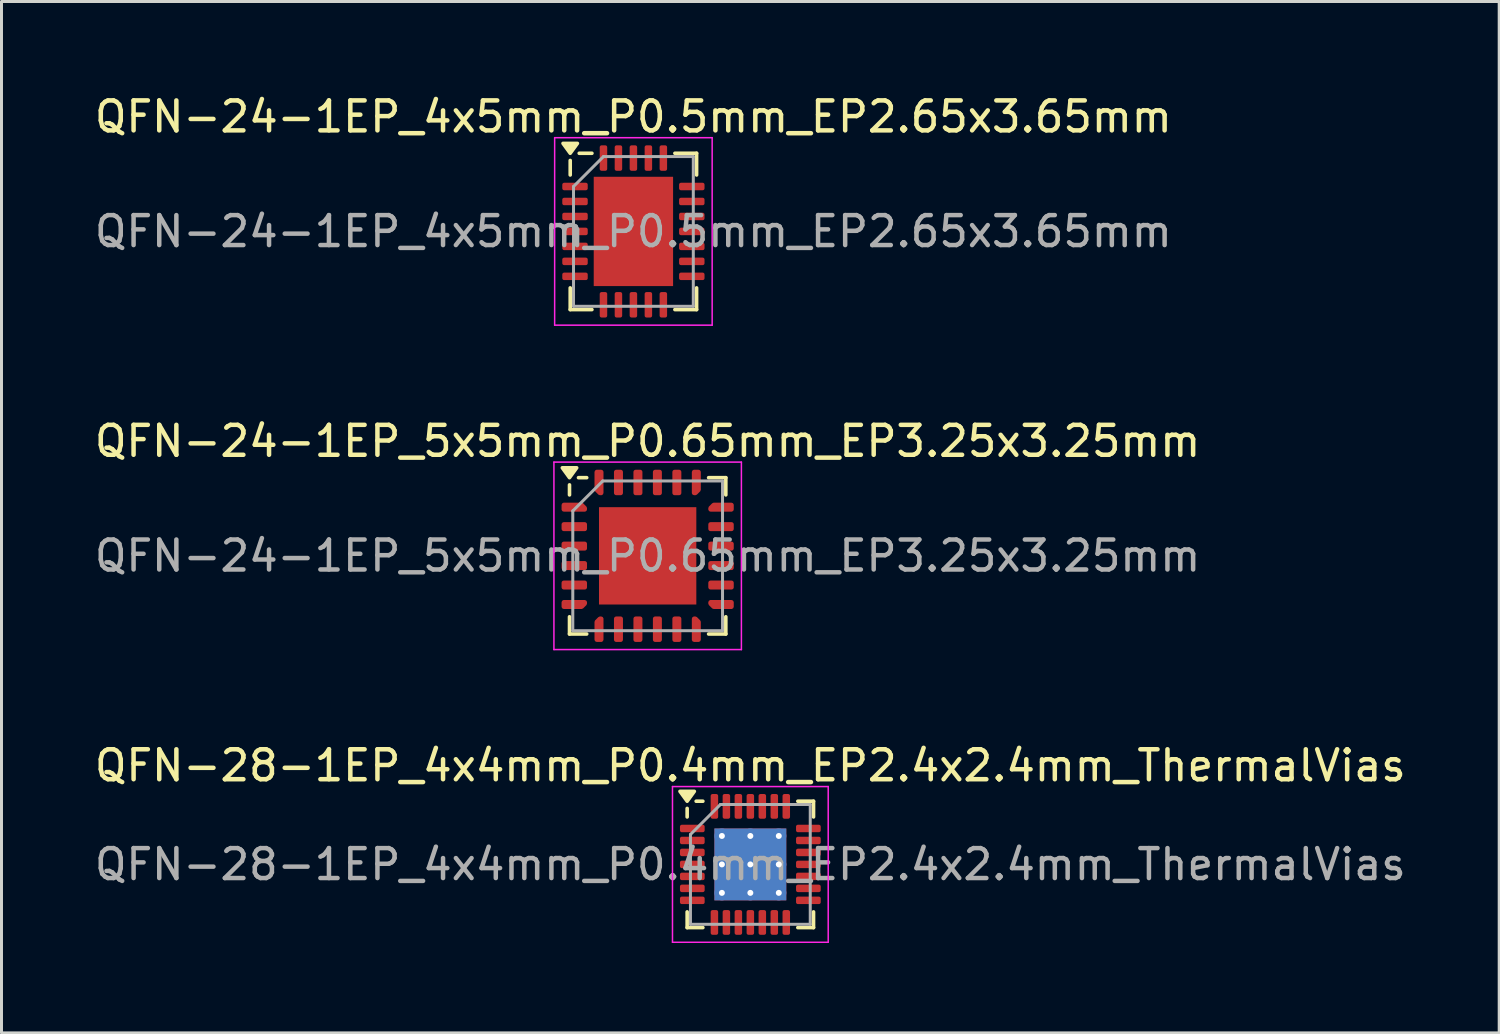
<source format=kicad_pcb>
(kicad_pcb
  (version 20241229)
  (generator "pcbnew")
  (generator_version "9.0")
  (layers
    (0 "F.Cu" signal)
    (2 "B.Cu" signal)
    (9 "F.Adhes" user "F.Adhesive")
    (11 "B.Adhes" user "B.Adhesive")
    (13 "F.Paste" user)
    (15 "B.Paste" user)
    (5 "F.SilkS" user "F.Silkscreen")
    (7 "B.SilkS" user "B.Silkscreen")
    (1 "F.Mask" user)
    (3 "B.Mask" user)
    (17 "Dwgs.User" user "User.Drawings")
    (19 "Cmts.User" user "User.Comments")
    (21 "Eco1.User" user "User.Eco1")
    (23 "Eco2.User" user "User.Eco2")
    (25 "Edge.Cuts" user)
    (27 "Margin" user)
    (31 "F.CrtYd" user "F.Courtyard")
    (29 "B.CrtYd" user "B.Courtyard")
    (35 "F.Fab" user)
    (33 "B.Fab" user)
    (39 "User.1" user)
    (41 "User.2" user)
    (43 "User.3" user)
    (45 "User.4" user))
  (footprint "QFN-24-1EP_4x5mm_P0.5mm_EP2.65x3.65mm"
    (layer "F.Cu")
    (at 18.101 4.678)
    (property "Reference" "QFN-24-1EP_4x5mm_P0.5mm_EP2.65x3.65mm" (at 0 -3.83 0) (layer "F.SilkS") (effects (font (size 1 1) (thickness 0.15))))
    (attr smd)
    (fp_line (start -2.11 -1.885) (end -2.11 -2.37) (stroke (width 0.12) (type solid)) (layer "F.SilkS"))
    (fp_line (start -2.11 2.61) (end -2.11 1.885) (stroke (width 0.12) (type solid)) (layer "F.SilkS"))
    (fp_line (start -1.385 -2.61) (end -1.81 -2.61) (stroke (width 0.12) (type solid)) (layer "F.SilkS"))
    (fp_line (start -1.385 2.61) (end -2.11 2.61) (stroke (width 0.12) (type solid)) (layer "F.SilkS"))
    (fp_line (start 1.385 -2.61) (end 2.11 -2.61) (stroke (width 0.12) (type solid)) (layer "F.SilkS"))
    (fp_line (start 1.385 2.61) (end 2.11 2.61) (stroke (width 0.12) (type solid)) (layer "F.SilkS"))
    (fp_line (start 2.11 -2.61) (end 2.11 -1.885) (stroke (width 0.12) (type solid)) (layer "F.SilkS"))
    (fp_line (start 2.11 2.61) (end 2.11 1.885) (stroke (width 0.12) (type solid)) (layer "F.SilkS"))
    (fp_poly (pts (xy -2.11 -2.61) (xy -2.35 -2.94) (xy -1.87 -2.94) (xy -2.11 -2.61)) (stroke (width 0.12) (type solid)) (fill yes) (layer "F.SilkS"))
    (fp_line (start -2.63 -3.13) (end -2.63 3.13) (stroke (width 0.05) (type solid)) (layer "F.CrtYd"))
    (fp_line (start -2.63 3.13) (end 2.63 3.13) (stroke (width 0.05) (type solid)) (layer "F.CrtYd"))
    (fp_line (start 2.63 -3.13) (end -2.63 -3.13) (stroke (width 0.05) (type solid)) (layer "F.CrtYd"))
    (fp_line (start 2.63 3.13) (end 2.63 -3.13) (stroke (width 0.05) (type solid)) (layer "F.CrtYd"))
    (fp_line (start -2 -1.5) (end -1 -2.5) (stroke (width 0.1) (type solid)) (layer "F.Fab"))
    (fp_line (start -2 2.5) (end -2 -1.5) (stroke (width 0.1) (type solid)) (layer "F.Fab"))
    (fp_line (start -1 -2.5) (end 2 -2.5) (stroke (width 0.1) (type solid)) (layer "F.Fab"))
    (fp_line (start 2 -2.5) (end 2 2.5) (stroke (width 0.1) (type solid)) (layer "F.Fab"))
    (fp_line (start 2 2.5) (end -2 2.5) (stroke (width 0.1) (type solid)) (layer "F.Fab"))
    (fp_text user "${REFERENCE}" (at 0 0 0) (layer "F.Fab") (effects (font (size 1 1) (thickness 0.15))))
    (pad "" smd roundrect (at -0.66 -1.22) (size 1.07 0.98) (layers "F.Paste") (roundrect_rratio 0.25))
    (pad "" smd roundrect (at -0.66 0) (size 1.07 0.98) (layers "F.Paste") (roundrect_rratio 0.25))
    (pad "" smd roundrect (at -0.66 1.22) (size 1.07 0.98) (layers "F.Paste") (roundrect_rratio 0.25))
    (pad "" smd roundrect (at 0.66 -1.22) (size 1.07 0.98) (layers "F.Paste") (roundrect_rratio 0.25))
    (pad "" smd roundrect (at 0.66 0) (size 1.07 0.98) (layers "F.Paste") (roundrect_rratio 0.25))
    (pad "" smd roundrect (at 0.66 1.22) (size 1.07 0.98) (layers "F.Paste") (roundrect_rratio 0.25))
    (pad "1" smd roundrect (at -1.95 -1.5) (size 0.85 0.25) (layers "F.Cu" "F.Mask" "F.Paste") (roundrect_rratio 0.25))
    (pad "2" smd roundrect (at -1.95 -1) (size 0.85 0.25) (layers "F.Cu" "F.Mask" "F.Paste") (roundrect_rratio 0.25))
    (pad "3" smd roundrect (at -1.95 -0.5) (size 0.85 0.25) (layers "F.Cu" "F.Mask" "F.Paste") (roundrect_rratio 0.25))
    (pad "4" smd roundrect (at -1.95 0) (size 0.85 0.25) (layers "F.Cu" "F.Mask" "F.Paste") (roundrect_rratio 0.25))
    (pad "5" smd roundrect (at -1.95 0.5) (size 0.85 0.25) (layers "F.Cu" "F.Mask" "F.Paste") (roundrect_rratio 0.25))
    (pad "6" smd roundrect (at -1.95 1) (size 0.85 0.25) (layers "F.Cu" "F.Mask" "F.Paste") (roundrect_rratio 0.25))
    (pad "7" smd roundrect (at -1.95 1.5) (size 0.85 0.25) (layers "F.Cu" "F.Mask" "F.Paste") (roundrect_rratio 0.25))
    (pad "8" smd roundrect (at -1 2.45) (size 0.25 0.85) (layers "F.Cu" "F.Mask" "F.Paste") (roundrect_rratio 0.25))
    (pad "9" smd roundrect (at -0.5 2.45) (size 0.25 0.85) (layers "F.Cu" "F.Mask" "F.Paste") (roundrect_rratio 0.25))
    (pad "10" smd roundrect (at 0 2.45) (size 0.25 0.85) (layers "F.Cu" "F.Mask" "F.Paste") (roundrect_rratio 0.25))
    (pad "11" smd roundrect (at 0.5 2.45) (size 0.25 0.85) (layers "F.Cu" "F.Mask" "F.Paste") (roundrect_rratio 0.25))
    (pad "12" smd roundrect (at 1 2.45) (size 0.25 0.85) (layers "F.Cu" "F.Mask" "F.Paste") (roundrect_rratio 0.25))
    (pad "13" smd roundrect (at 1.95 1.5) (size 0.85 0.25) (layers "F.Cu" "F.Mask" "F.Paste") (roundrect_rratio 0.25))
    (pad "14" smd roundrect (at 1.95 1) (size 0.85 0.25) (layers "F.Cu" "F.Mask" "F.Paste") (roundrect_rratio 0.25))
    (pad "15" smd roundrect (at 1.95 0.5) (size 0.85 0.25) (layers "F.Cu" "F.Mask" "F.Paste") (roundrect_rratio 0.25))
    (pad "16" smd roundrect (at 1.95 0) (size 0.85 0.25) (layers "F.Cu" "F.Mask" "F.Paste") (roundrect_rratio 0.25))
    (pad "17" smd roundrect (at 1.95 -0.5) (size 0.85 0.25) (layers "F.Cu" "F.Mask" "F.Paste") (roundrect_rratio 0.25))
    (pad "18" smd roundrect (at 1.95 -1) (size 0.85 0.25) (layers "F.Cu" "F.Mask" "F.Paste") (roundrect_rratio 0.25))
    (pad "19" smd roundrect (at 1.95 -1.5) (size 0.85 0.25) (layers "F.Cu" "F.Mask" "F.Paste") (roundrect_rratio 0.25))
    (pad "20" smd roundrect (at 1 -2.45) (size 0.25 0.85) (layers "F.Cu" "F.Mask" "F.Paste") (roundrect_rratio 0.25))
    (pad "21" smd roundrect (at 0.5 -2.45) (size 0.25 0.85) (layers "F.Cu" "F.Mask" "F.Paste") (roundrect_rratio 0.25))
    (pad "22" smd roundrect (at 0 -2.45) (size 0.25 0.85) (layers "F.Cu" "F.Mask" "F.Paste") (roundrect_rratio 0.25))
    (pad "23" smd roundrect (at -0.5 -2.45) (size 0.25 0.85) (layers "F.Cu" "F.Mask" "F.Paste") (roundrect_rratio 0.25))
    (pad "24" smd roundrect (at -1 -2.45) (size 0.25 0.85) (layers "F.Cu" "F.Mask" "F.Paste") (roundrect_rratio 0.25))
    (pad "25" smd rect (at 0 0) (size 2.65 3.65) (property pad_prop_heatsink) (layers "F.Cu" "F.Mask")))
  (footprint "QFN-28-1EP_4x4mm_P0.4mm_EP2.4x2.4mm_ThermalVias"
    (layer "F.Cu")
    (at 22.006 25.815)
    (property "Reference" "QFN-28-1EP_4x4mm_P0.4mm_EP2.4x2.4mm_ThermalVias" (at 0 -3.3 0) (layer "F.SilkS") (effects (font (size 1 1) (thickness 0.15))))
    (attr smd)
    (fp_line (start -2.11 -1.585) (end -2.11 -1.87) (stroke (width 0.12) (type solid)) (layer "F.SilkS"))
    (fp_line (start -2.11 2.11) (end -2.11 1.585) (stroke (width 0.12) (type solid)) (layer "F.SilkS"))
    (fp_line (start -1.585 -2.11) (end -1.81 -2.11) (stroke (width 0.12) (type solid)) (layer "F.SilkS"))
    (fp_line (start -1.585 2.11) (end -2.11 2.11) (stroke (width 0.12) (type solid)) (layer "F.SilkS"))
    (fp_line (start 1.585 -2.11) (end 2.11 -2.11) (stroke (width 0.12) (type solid)) (layer "F.SilkS"))
    (fp_line (start 1.585 2.11) (end 2.11 2.11) (stroke (width 0.12) (type solid)) (layer "F.SilkS"))
    (fp_line (start 2.11 -2.11) (end 2.11 -1.585) (stroke (width 0.12) (type solid)) (layer "F.SilkS"))
    (fp_line (start 2.11 2.11) (end 2.11 1.585) (stroke (width 0.12) (type solid)) (layer "F.SilkS"))
    (fp_poly (pts (xy -2.11 -2.11) (xy -2.35 -2.44) (xy -1.87 -2.44) (xy -2.11 -2.11)) (stroke (width 0.12) (type solid)) (fill yes) (layer "F.SilkS"))
    (fp_line (start -2.6 -2.6) (end -2.6 2.6) (stroke (width 0.05) (type solid)) (layer "F.CrtYd"))
    (fp_line (start -2.6 2.6) (end 2.6 2.6) (stroke (width 0.05) (type solid)) (layer "F.CrtYd"))
    (fp_line (start 2.6 -2.6) (end -2.6 -2.6) (stroke (width 0.05) (type solid)) (layer "F.CrtYd"))
    (fp_line (start 2.6 2.6) (end 2.6 -2.6) (stroke (width 0.05) (type solid)) (layer "F.CrtYd"))
    (fp_line (start -2 -1) (end -1 -2) (stroke (width 0.1) (type solid)) (layer "F.Fab"))
    (fp_line (start -2 2) (end -2 -1) (stroke (width 0.1) (type solid)) (layer "F.Fab"))
    (fp_line (start -1 -2) (end 2 -2) (stroke (width 0.1) (type solid)) (layer "F.Fab"))
    (fp_line (start 2 -2) (end 2 2) (stroke (width 0.1) (type solid)) (layer "F.Fab"))
    (fp_line (start 2 2) (end -2 2) (stroke (width 0.1) (type solid)) (layer "F.Fab"))
    (fp_text user "${REFERENCE}" (at 0 0 0) (layer "F.Fab") (effects (font (size 1 1) (thickness 0.15))))
    (pad "" smd roundrect (at -0.6 -0.6) (size 1.04 1.04) (layers "F.Paste") (roundrect_rratio 0.24))
    (pad "" smd roundrect (at -0.6 0.6) (size 1.04 1.04) (layers "F.Paste") (roundrect_rratio 0.24))
    (pad "" smd roundrect (at 0.6 -0.6) (size 1.04 1.04) (layers "F.Paste") (roundrect_rratio 0.24))
    (pad "" smd roundrect (at 0.6 0.6) (size 1.04 1.04) (layers "F.Paste") (roundrect_rratio 0.24))
    (pad "1" smd roundrect (at -1.938 -1.2) (size 0.825 0.25) (layers "F.Cu" "F.Mask" "F.Paste") (roundrect_rratio 0.25))
    (pad "2" smd roundrect (at -1.938 -0.8) (size 0.825 0.25) (layers "F.Cu" "F.Mask" "F.Paste") (roundrect_rratio 0.25))
    (pad "3" smd roundrect (at -1.938 -0.4) (size 0.825 0.25) (layers "F.Cu" "F.Mask" "F.Paste") (roundrect_rratio 0.25))
    (pad "4" smd roundrect (at -1.938 0) (size 0.825 0.25) (layers "F.Cu" "F.Mask" "F.Paste") (roundrect_rratio 0.25))
    (pad "5" smd roundrect (at -1.938 0.4) (size 0.825 0.25) (layers "F.Cu" "F.Mask" "F.Paste") (roundrect_rratio 0.25))
    (pad "6" smd roundrect (at -1.938 0.8) (size 0.825 0.25) (layers "F.Cu" "F.Mask" "F.Paste") (roundrect_rratio 0.25))
    (pad "7" smd roundrect (at -1.938 1.2) (size 0.825 0.25) (layers "F.Cu" "F.Mask" "F.Paste") (roundrect_rratio 0.25))
    (pad "8" smd roundrect (at -1.2 1.938) (size 0.25 0.825) (layers "F.Cu" "F.Mask" "F.Paste") (roundrect_rratio 0.25))
    (pad "9" smd roundrect (at -0.8 1.938) (size 0.25 0.825) (layers "F.Cu" "F.Mask" "F.Paste") (roundrect_rratio 0.25))
    (pad "10" smd roundrect (at -0.4 1.938) (size 0.25 0.825) (layers "F.Cu" "F.Mask" "F.Paste") (roundrect_rratio 0.25))
    (pad "11" smd roundrect (at 0 1.938) (size 0.25 0.825) (layers "F.Cu" "F.Mask" "F.Paste") (roundrect_rratio 0.25))
    (pad "12" smd roundrect (at 0.4 1.938) (size 0.25 0.825) (layers "F.Cu" "F.Mask" "F.Paste") (roundrect_rratio 0.25))
    (pad "13" smd roundrect (at 0.8 1.938) (size 0.25 0.825) (layers "F.Cu" "F.Mask" "F.Paste") (roundrect_rratio 0.25))
    (pad "14" smd roundrect (at 1.2 1.938) (size 0.25 0.825) (layers "F.Cu" "F.Mask" "F.Paste") (roundrect_rratio 0.25))
    (pad "15" smd roundrect (at 1.938 1.2) (size 0.825 0.25) (layers "F.Cu" "F.Mask" "F.Paste") (roundrect_rratio 0.25))
    (pad "16" smd roundrect (at 1.938 0.8) (size 0.825 0.25) (layers "F.Cu" "F.Mask" "F.Paste") (roundrect_rratio 0.25))
    (pad "17" smd roundrect (at 1.938 0.4) (size 0.825 0.25) (layers "F.Cu" "F.Mask" "F.Paste") (roundrect_rratio 0.25))
    (pad "18" smd roundrect (at 1.938 0) (size 0.825 0.25) (layers "F.Cu" "F.Mask" "F.Paste") (roundrect_rratio 0.25))
    (pad "19" smd roundrect (at 1.938 -0.4) (size 0.825 0.25) (layers "F.Cu" "F.Mask" "F.Paste") (roundrect_rratio 0.25))
    (pad "20" smd roundrect (at 1.938 -0.8) (size 0.825 0.25) (layers "F.Cu" "F.Mask" "F.Paste") (roundrect_rratio 0.25))
    (pad "21" smd roundrect (at 1.938 -1.2) (size 0.825 0.25) (layers "F.Cu" "F.Mask" "F.Paste") (roundrect_rratio 0.25))
    (pad "22" smd roundrect (at 1.2 -1.938) (size 0.25 0.825) (layers "F.Cu" "F.Mask" "F.Paste") (roundrect_rratio 0.25))
    (pad "23" smd roundrect (at 0.8 -1.938) (size 0.25 0.825) (layers "F.Cu" "F.Mask" "F.Paste") (roundrect_rratio 0.25))
    (pad "24" smd roundrect (at 0.4 -1.938) (size 0.25 0.825) (layers "F.Cu" "F.Mask" "F.Paste") (roundrect_rratio 0.25))
    (pad "25" smd roundrect (at 0 -1.938) (size 0.25 0.825) (layers "F.Cu" "F.Mask" "F.Paste") (roundrect_rratio 0.25))
    (pad "26" smd roundrect (at -0.4 -1.938) (size 0.25 0.825) (layers "F.Cu" "F.Mask" "F.Paste") (roundrect_rratio 0.25))
    (pad "27" smd roundrect (at -0.8 -1.938) (size 0.25 0.825) (layers "F.Cu" "F.Mask" "F.Paste") (roundrect_rratio 0.25))
    (pad "28" smd roundrect (at -1.2 -1.938) (size 0.25 0.825) (layers "F.Cu" "F.Mask" "F.Paste") (roundrect_rratio 0.25))
    (pad "29" thru_hole circle (at -0.95 -0.95) (size 0.5 0.5) (drill 0.2) (property pad_prop_heatsink) (layers "*.Cu"))
    (pad "29" thru_hole circle (at -0.95 0) (size 0.5 0.5) (drill 0.2) (property pad_prop_heatsink) (layers "*.Cu"))
    (pad "29" thru_hole circle (at -0.95 0.95) (size 0.5 0.5) (drill 0.2) (property pad_prop_heatsink) (layers "*.Cu"))
    (pad "29" thru_hole circle (at 0 -0.95) (size 0.5 0.5) (drill 0.2) (property pad_prop_heatsink) (layers "*.Cu"))
    (pad "29" thru_hole circle (at 0 0) (size 0.5 0.5) (drill 0.2) (property pad_prop_heatsink) (layers "*.Cu"))
    (pad "29" smd rect (at 0 0) (size 2.4 2.4) (property pad_prop_heatsink) (layers "F.Cu" "F.Mask"))
    (pad "29" smd rect (at 0 0) (size 2.4 2.4) (property pad_prop_heatsink) (layers "B.Cu"))
    (pad "29" thru_hole circle (at 0 0.95) (size 0.5 0.5) (drill 0.2) (property pad_prop_heatsink) (layers "*.Cu"))
    (pad "29" thru_hole circle (at 0.95 -0.95) (size 0.5 0.5) (drill 0.2) (property pad_prop_heatsink) (layers "*.Cu"))
    (pad "29" thru_hole circle (at 0.95 0) (size 0.5 0.5) (drill 0.2) (property pad_prop_heatsink) (layers "*.Cu"))
    (pad "29" thru_hole circle (at 0.95 0.95) (size 0.5 0.5) (drill 0.2) (property pad_prop_heatsink) (layers "*.Cu")))
  (footprint "QFN-24-1EP_5x5mm_P0.65mm_EP3.25x3.25mm"
    (layer "F.Cu")
    (at 18.577 15.511)
    (property "Reference" "QFN-24-1EP_5x5mm_P0.65mm_EP3.25x3.25mm" (at 0 -3.83 0) (layer "F.SilkS") (effects (font (size 1 1) (thickness 0.15))))
    (attr smd)
    (fp_line (start -2.61 -2.035) (end -2.61 -2.37) (stroke (width 0.12) (type solid)) (layer "F.SilkS"))
    (fp_line (start -2.61 2.61) (end -2.61 2.035) (stroke (width 0.12) (type solid)) (layer "F.SilkS"))
    (fp_line (start -2.035 -2.61) (end -2.31 -2.61) (stroke (width 0.12) (type solid)) (layer "F.SilkS"))
    (fp_line (start -2.035 2.61) (end -2.61 2.61) (stroke (width 0.12) (type solid)) (layer "F.SilkS"))
    (fp_line (start 2.035 -2.61) (end 2.61 -2.61) (stroke (width 0.12) (type solid)) (layer "F.SilkS"))
    (fp_line (start 2.035 2.61) (end 2.61 2.61) (stroke (width 0.12) (type solid)) (layer "F.SilkS"))
    (fp_line (start 2.61 -2.61) (end 2.61 -2.035) (stroke (width 0.12) (type solid)) (layer "F.SilkS"))
    (fp_line (start 2.61 2.61) (end 2.61 2.035) (stroke (width 0.12) (type solid)) (layer "F.SilkS"))
    (fp_poly (pts (xy -2.61 -2.61) (xy -2.85 -2.94) (xy -2.37 -2.94) (xy -2.61 -2.61)) (stroke (width 0.12) (type solid)) (fill yes) (layer "F.SilkS"))
    (fp_line (start -3.13 -3.13) (end -3.13 3.13) (stroke (width 0.05) (type solid)) (layer "F.CrtYd"))
    (fp_line (start -3.13 3.13) (end 3.13 3.13) (stroke (width 0.05) (type solid)) (layer "F.CrtYd"))
    (fp_line (start 3.13 -3.13) (end -3.13 -3.13) (stroke (width 0.05) (type solid)) (layer "F.CrtYd"))
    (fp_line (start 3.13 3.13) (end 3.13 -3.13) (stroke (width 0.05) (type solid)) (layer "F.CrtYd"))
    (fp_line (start -2.5 -1.5) (end -1.5 -2.5) (stroke (width 0.1) (type solid)) (layer "F.Fab"))
    (fp_line (start -2.5 2.5) (end -2.5 -1.5) (stroke (width 0.1) (type solid)) (layer "F.Fab"))
    (fp_line (start -1.5 -2.5) (end 2.5 -2.5) (stroke (width 0.1) (type solid)) (layer "F.Fab"))
    (fp_line (start 2.5 -2.5) (end 2.5 2.5) (stroke (width 0.1) (type solid)) (layer "F.Fab"))
    (fp_line (start 2.5 2.5) (end -2.5 2.5) (stroke (width 0.1) (type solid)) (layer "F.Fab"))
    (fp_text user "${REFERENCE}" (at 0 0 0) (layer "F.Fab") (effects (font (size 1 1) (thickness 0.15))))
    (pad "" smd roundrect (at -0.81 -0.81) (size 1.31 1.31) (layers "F.Paste") (roundrect_rratio 0.191))
    (pad "" smd roundrect (at -0.81 0.81) (size 1.31 1.31) (layers "F.Paste") (roundrect_rratio 0.191))
    (pad "" smd roundrect (at 0.81 -0.81) (size 1.31 1.31) (layers "F.Paste") (roundrect_rratio 0.191))
    (pad "" smd roundrect (at 0.81 0.81) (size 1.31 1.31) (layers "F.Paste") (roundrect_rratio 0.191))
    (pad "1" smd custom (at -2.45 -1.625) (size 0.194 0.194) (layers "F.Cu" "F.Mask" "F.Paste") (options (anchor circle)) (primitives (gr_poly (pts (xy -0.35 -0.075) (xy 0.244 -0.075) (xy 0.35 0.031) (xy 0.35 0.075) (xy -0.35 0.075)) (width 0.15) (fill yes))))
    (pad "2" smd roundrect (at -2.45 -0.975) (size 0.85 0.3) (layers "F.Cu" "F.Mask" "F.Paste") (roundrect_rratio 0.25))
    (pad "3" smd roundrect (at -2.45 -0.325) (size 0.85 0.3) (layers "F.Cu" "F.Mask" "F.Paste") (roundrect_rratio 0.25))
    (pad "4" smd roundrect (at -2.45 0.325) (size 0.85 0.3) (layers "F.Cu" "F.Mask" "F.Paste") (roundrect_rratio 0.25))
    (pad "5" smd roundrect (at -2.45 0.975) (size 0.85 0.3) (layers "F.Cu" "F.Mask" "F.Paste") (roundrect_rratio 0.25))
    (pad "6" smd custom (at -2.45 1.625) (size 0.194 0.194) (layers "F.Cu" "F.Mask" "F.Paste") (options (anchor circle)) (primitives (gr_poly (pts (xy -0.35 -0.075) (xy 0.35 -0.075) (xy 0.35 -0.031) (xy 0.244 0.075) (xy -0.35 0.075)) (width 0.15) (fill yes))))
    (pad "7" smd custom (at -1.625 2.45) (size 0.194 0.194) (layers "F.Cu" "F.Mask" "F.Paste") (options (anchor circle)) (primitives (gr_poly (pts (xy -0.075 -0.244) (xy 0.031 -0.35) (xy 0.075 -0.35) (xy 0.075 0.35) (xy -0.075 0.35)) (width 0.15) (fill yes))))
    (pad "8" smd roundrect (at -0.975 2.45) (size 0.3 0.85) (layers "F.Cu" "F.Mask" "F.Paste") (roundrect_rratio 0.25))
    (pad "9" smd roundrect (at -0.325 2.45) (size 0.3 0.85) (layers "F.Cu" "F.Mask" "F.Paste") (roundrect_rratio 0.25))
    (pad "10" smd roundrect (at 0.325 2.45) (size 0.3 0.85) (layers "F.Cu" "F.Mask" "F.Paste") (roundrect_rratio 0.25))
    (pad "11" smd roundrect (at 0.975 2.45) (size 0.3 0.85) (layers "F.Cu" "F.Mask" "F.Paste") (roundrect_rratio 0.25))
    (pad "12" smd custom (at 1.625 2.45) (size 0.194 0.194) (layers "F.Cu" "F.Mask" "F.Paste") (options (anchor circle)) (primitives (gr_poly (pts (xy -0.075 -0.35) (xy -0.031 -0.35) (xy 0.075 -0.244) (xy 0.075 0.35) (xy -0.075 0.35)) (width 0.15) (fill yes))))
    (pad "13" smd custom (at 2.45 1.625) (size 0.194 0.194) (layers "F.Cu" "F.Mask" "F.Paste") (options (anchor circle)) (primitives (gr_poly (pts (xy -0.35 -0.075) (xy 0.35 -0.075) (xy 0.35 0.075) (xy -0.244 0.075) (xy -0.35 -0.031)) (width 0.15) (fill yes))))
    (pad "14" smd roundrect (at 2.45 0.975) (size 0.85 0.3) (layers "F.Cu" "F.Mask" "F.Paste") (roundrect_rratio 0.25))
    (pad "15" smd roundrect (at 2.45 0.325) (size 0.85 0.3) (layers "F.Cu" "F.Mask" "F.Paste") (roundrect_rratio 0.25))
    (pad "16" smd roundrect (at 2.45 -0.325) (size 0.85 0.3) (layers "F.Cu" "F.Mask" "F.Paste") (roundrect_rratio 0.25))
    (pad "17" smd roundrect (at 2.45 -0.975) (size 0.85 0.3) (layers "F.Cu" "F.Mask" "F.Paste") (roundrect_rratio 0.25))
    (pad "18" smd custom (at 2.45 -1.625) (size 0.194 0.194) (layers "F.Cu" "F.Mask" "F.Paste") (options (anchor circle)) (primitives (gr_poly (pts (xy -0.35 0.031) (xy -0.244 -0.075) (xy 0.35 -0.075) (xy 0.35 0.075) (xy -0.35 0.075)) (width 0.15) (fill yes))))
    (pad "19" smd custom (at 1.625 -2.45) (size 0.194 0.194) (layers "F.Cu" "F.Mask" "F.Paste") (options (anchor circle)) (primitives (gr_poly (pts (xy -0.075 -0.35) (xy 0.075 -0.35) (xy 0.075 0.244) (xy -0.031 0.35) (xy -0.075 0.35)) (width 0.15) (fill yes))))
    (pad "20" smd roundrect (at 0.975 -2.45) (size 0.3 0.85) (layers "F.Cu" "F.Mask" "F.Paste") (roundrect_rratio 0.25))
    (pad "21" smd roundrect (at 0.325 -2.45) (size 0.3 0.85) (layers "F.Cu" "F.Mask" "F.Paste") (roundrect_rratio 0.25))
    (pad "22" smd roundrect (at -0.325 -2.45) (size 0.3 0.85) (layers "F.Cu" "F.Mask" "F.Paste") (roundrect_rratio 0.25))
    (pad "23" smd roundrect (at -0.975 -2.45) (size 0.3 0.85) (layers "F.Cu" "F.Mask" "F.Paste") (roundrect_rratio 0.25))
    (pad "24" smd custom (at -1.625 -2.45) (size 0.194 0.194) (layers "F.Cu" "F.Mask" "F.Paste") (options (anchor circle)) (primitives (gr_poly (pts (xy -0.075 -0.35) (xy 0.075 -0.35) (xy 0.075 0.35) (xy 0.031 0.35) (xy -0.075 0.244)) (width 0.15) (fill yes))))
    (pad "25" smd rect (at 0 0) (size 3.25 3.25) (property pad_prop_heatsink) (layers "F.Cu" "F.Mask")))
  (gr_rect
    (start -3 -3)
    (end 47.012 31.44)
    (stroke (width 0.1) (type default))
    (fill no)
    (layer "Edge.Cuts")))
</source>
